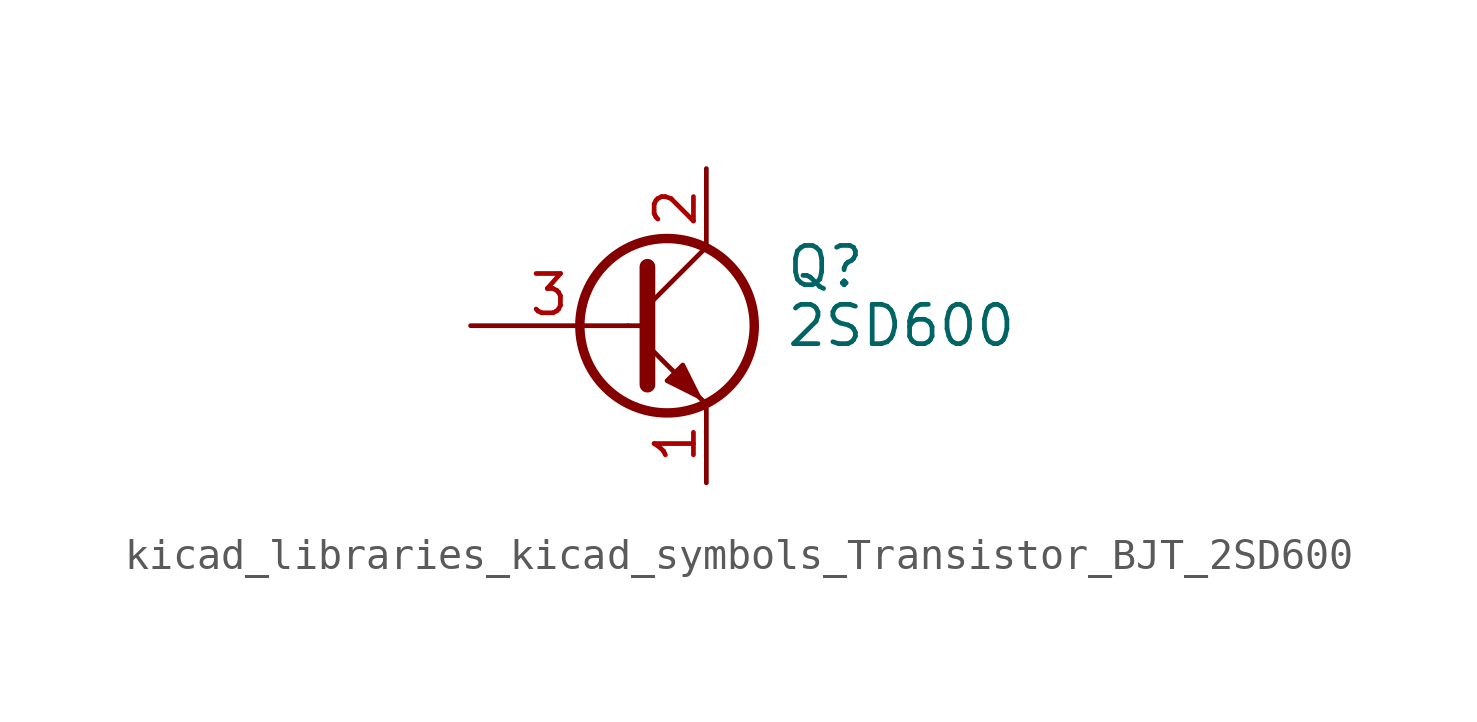
<source format=kicad_sym>
(kicad_symbol_lib
  (version 20220914)
  (generator kicad_symbol_editor)
  (symbol "kicad_libraries_kicad_symbols_Transistor_BJT_2SD600"
    (pin_names
      (offset 0) hide)
    (property "Reference" "Q"
      (at 5.08 1.905 0)
      (effects (font (size 1.27 1.27)) (justify left)))
    (property "Value" "2SD600"
      (at 5.08 0 0)
      (effects (font (size 1.27 1.27)) (justify left)))
    (symbol "kicad_libraries_kicad_symbols_Transistor_BJT_2SD600_0_1"
      (polyline (pts (xy 0 0) (xy 0.635 0)) (stroke (width 0) (type default)) (fill (type none)))
      (polyline (pts (xy 2.54 -2.54) (xy 0.635 -0.635)) (stroke (width 0) (type default)) (fill (type none)))
      (polyline (pts (xy 2.54 2.54) (xy 0.635 0.635)) (stroke (width 0) (type default)) (fill (type none)))
      (polyline (pts (xy 0.635 1.905) (xy 0.635 -1.905) (xy 0.635 -1.905)) (stroke (width 0.508) (type default)) (fill (type outline)))
      (polyline (pts (xy 1.27 -1.778) (xy 1.778 -1.27) (xy 2.286 -2.286) (xy 1.27 -1.778) (xy 1.27 -1.778)) (stroke (width 0) (type default)) (fill (type outline)))
      (circle (center 1.27 0) (radius 2.819) (stroke (width 0.305) (type default)) (fill (type none))))
    (symbol "kicad_libraries_kicad_symbols_Transistor_BJT_2SD600_1_1"
      (pin passive line (at 2.54 -5.08 90) (length 2.54) (name "E" (effects (font (size 1.27 1.27)))) (number "1" (effects (font (size 1.27 1.27)))))
      (pin passive line (at 2.54 5.08 270) (length 2.54) (name "C" (effects (font (size 1.27 1.27)))) (number "2" (effects (font (size 1.27 1.27)))))
      (pin input line (at -5.08 0 0) (length 5.08) (name "B" (effects (font (size 1.27 1.27)))) (number "3" (effects (font (size 1.27 1.27))))))))
</source>
